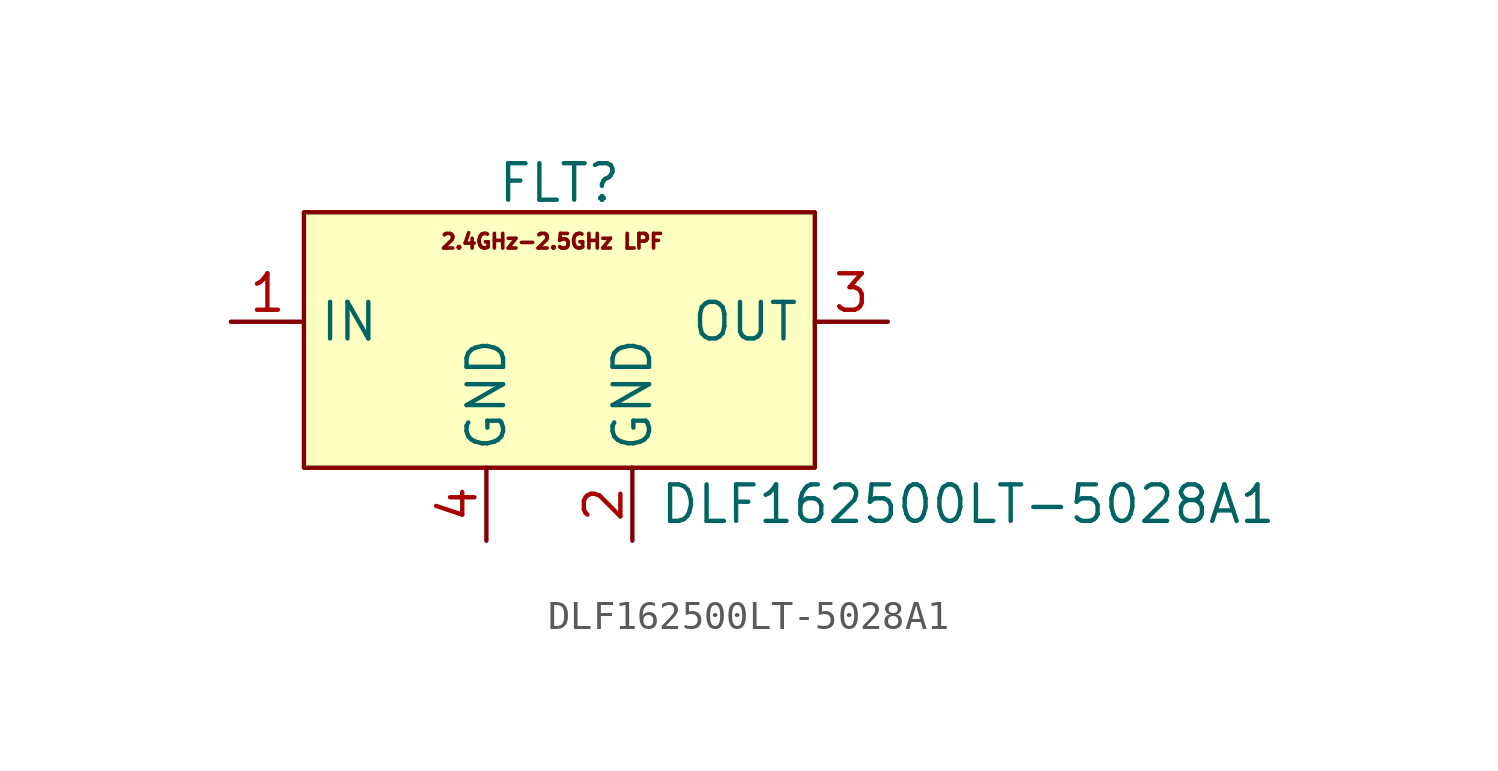
<source format=kicad_sym>
(kicad_symbol_lib
  (version 20231120)
  (generator "kicad_symbol_editor")
  (generator_version "8.0")
  (symbol "DLF162500LT-5028A1"
    (property "Reference" "FLT"
      (at 0 4.826 0)
      (effects (font (size 1.27 1.27))))
    (property "Value" "DLF162500LT-5028A1"
      (at 14.224 -6.35 0)
      (effects (font (size 1.27 1.27))))
    (symbol "DLF162500LT-5028A1_0_0"
      (pin passive line (at -11.43 0 0) (length 2.54) (name "IN" (effects (font (size 1.27 1.27)))) (number "1" (effects (font (size 1.27 1.27)))))
      (pin passive line (at 2.54 -7.62 90) (length 2.54) (name "GND" (effects (font (size 1.27 1.27)))) (number "2" (effects (font (size 1.27 1.27)))))
      (pin passive line (at 11.43 0 180) (length 2.54) (name "OUT" (effects (font (size 1.27 1.27)))) (number "3" (effects (font (size 1.27 1.27)))))
      (pin passive line (at -2.54 -7.62 90) (length 2.54) (name "GND" (effects (font (size 1.27 1.27)))) (number "4" (effects (font (size 1.27 1.27))))))
    (symbol "DLF162500LT-5028A1_1_1"
      (rectangle (start -8.89 3.81) (end 8.89 -5.08) (stroke (width 0) (type default)) (fill (type background)))
      (text "2.4GHz-2.5GHz LPF" (at -0.254 2.794 0) (effects (font (size 0.508 0.508)))))))
</source>
